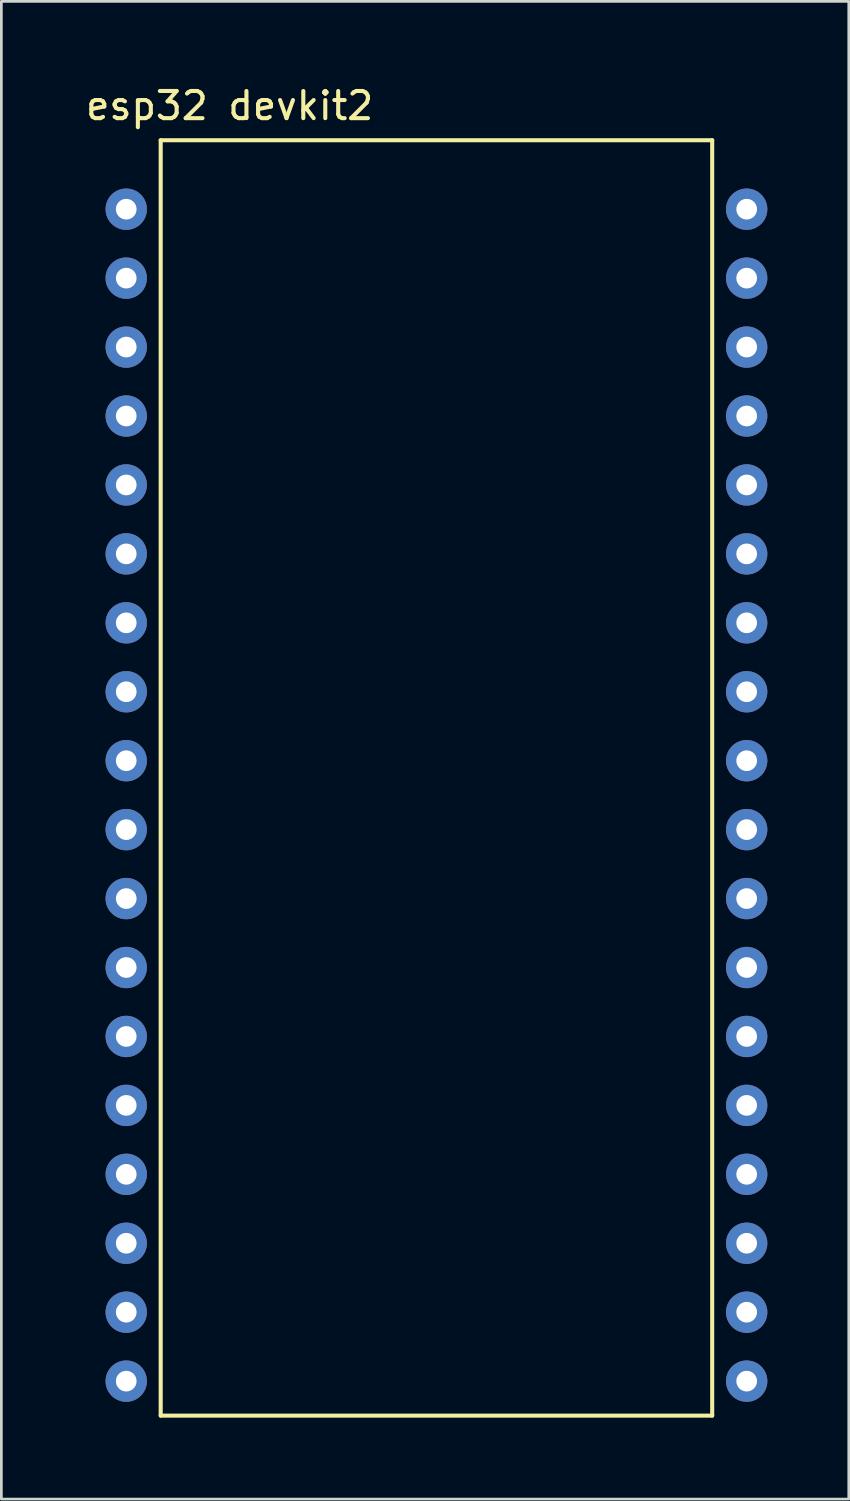
<source format=kicad_pcb>
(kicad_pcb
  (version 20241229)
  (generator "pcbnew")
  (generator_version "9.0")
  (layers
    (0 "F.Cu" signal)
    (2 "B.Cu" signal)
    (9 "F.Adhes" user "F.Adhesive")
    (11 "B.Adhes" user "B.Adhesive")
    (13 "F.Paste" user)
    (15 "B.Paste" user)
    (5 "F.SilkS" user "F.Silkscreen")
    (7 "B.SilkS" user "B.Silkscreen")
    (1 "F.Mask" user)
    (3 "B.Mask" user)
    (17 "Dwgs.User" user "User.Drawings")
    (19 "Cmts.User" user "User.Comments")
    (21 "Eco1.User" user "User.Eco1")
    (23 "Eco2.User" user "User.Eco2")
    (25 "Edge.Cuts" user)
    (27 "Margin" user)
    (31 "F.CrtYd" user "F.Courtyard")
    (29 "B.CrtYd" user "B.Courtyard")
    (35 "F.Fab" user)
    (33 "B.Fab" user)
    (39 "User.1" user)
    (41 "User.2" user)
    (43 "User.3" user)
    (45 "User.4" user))
  (footprint "esp32 devkit2"
    (layer "F.Cu")
    (at 16.841 2.118)
    (property "Reference" "esp32 devkit2" (at -11.43 -1.27 0) (layer "F.SilkS") (effects (font (size 1 1) (thickness 0.15))))
    (attr through_hole)
    (fp_line (start -13.97 0) (end -13.97 46.99) (stroke (width 0.15) (type solid)) (layer "F.SilkS"))
    (fp_line (start -13.97 46.99) (end 6.35 46.99) (stroke (width 0.15) (type solid)) (layer "F.SilkS"))
    (fp_line (start 6.35 0) (end -13.97 0) (stroke (width 0.15) (type solid)) (layer "F.SilkS"))
    (fp_line (start 6.35 46.99) (end 6.35 0) (stroke (width 0.15) (type solid)) (layer "F.SilkS"))
    (pad "1" thru_hole circle (at -15.24 2.54) (size 1.524 1.524) (drill 0.762) (layers "*.Cu" "*.Mask"))
    (pad "2" thru_hole circle (at -15.24 5.08) (size 1.524 1.524) (drill 0.762) (layers "*.Cu" "*.Mask"))
    (pad "3" thru_hole circle (at -15.24 7.62) (size 1.524 1.524) (drill 0.762) (layers "*.Cu" "*.Mask"))
    (pad "4" thru_hole circle (at -15.24 10.16) (size 1.524 1.524) (drill 0.762) (layers "*.Cu" "*.Mask"))
    (pad "5" thru_hole circle (at -15.24 12.7) (size 1.524 1.524) (drill 0.762) (layers "*.Cu" "*.Mask"))
    (pad "6" thru_hole circle (at -15.24 15.24) (size 1.524 1.524) (drill 0.762) (layers "*.Cu" "*.Mask"))
    (pad "7" thru_hole circle (at -15.24 17.78) (size 1.524 1.524) (drill 0.762) (layers "*.Cu" "*.Mask"))
    (pad "8" thru_hole circle (at -15.24 20.32) (size 1.524 1.524) (drill 0.762) (layers "*.Cu" "*.Mask"))
    (pad "9" thru_hole circle (at -15.24 22.86) (size 1.524 1.524) (drill 0.762) (layers "*.Cu" "*.Mask"))
    (pad "10" thru_hole circle (at -15.24 25.4) (size 1.524 1.524) (drill 0.762) (layers "*.Cu" "*.Mask"))
    (pad "11" thru_hole circle (at -15.24 27.94) (size 1.524 1.524) (drill 0.762) (layers "*.Cu" "*.Mask"))
    (pad "12" thru_hole circle (at -15.24 30.48) (size 1.524 1.524) (drill 0.762) (layers "*.Cu" "*.Mask"))
    (pad "13" thru_hole circle (at -15.24 33.02) (size 1.524 1.524) (drill 0.762) (layers "*.Cu" "*.Mask"))
    (pad "14" thru_hole circle (at -15.24 35.56) (size 1.524 1.524) (drill 0.762) (layers "*.Cu" "*.Mask"))
    (pad "15" thru_hole circle (at -15.24 38.1) (size 1.524 1.524) (drill 0.762) (layers "*.Cu" "*.Mask"))
    (pad "16" thru_hole circle (at -15.24 40.64) (size 1.524 1.524) (drill 0.762) (layers "*.Cu" "*.Mask"))
    (pad "17" thru_hole circle (at -15.24 43.18) (size 1.524 1.524) (drill 0.762) (layers "*.Cu" "*.Mask"))
    (pad "18" thru_hole circle (at -15.24 45.72) (size 1.524 1.524) (drill 0.762) (layers "*.Cu" "*.Mask"))
    (pad "20" thru_hole circle (at 7.62 45.72) (size 1.524 1.524) (drill 0.762) (layers "*.Cu" "*.Mask"))
    (pad "21" thru_hole circle (at 7.62 43.18) (size 1.524 1.524) (drill 0.762) (layers "*.Cu" "*.Mask"))
    (pad "22" thru_hole circle (at 7.62 40.64) (size 1.524 1.524) (drill 0.762) (layers "*.Cu" "*.Mask"))
    (pad "23" thru_hole circle (at 7.62 38.1) (size 1.524 1.524) (drill 0.762) (layers "*.Cu" "*.Mask"))
    (pad "24" thru_hole circle (at 7.62 35.56) (size 1.524 1.524) (drill 0.762) (layers "*.Cu" "*.Mask"))
    (pad "25" thru_hole circle (at 7.62 33.02) (size 1.524 1.524) (drill 0.762) (layers "*.Cu" "*.Mask"))
    (pad "26" thru_hole circle (at 7.62 30.48) (size 1.524 1.524) (drill 0.762) (layers "*.Cu" "*.Mask"))
    (pad "27" thru_hole circle (at 7.62 27.94) (size 1.524 1.524) (drill 0.762) (layers "*.Cu" "*.Mask"))
    (pad "28" thru_hole circle (at 7.62 25.4) (size 1.524 1.524) (drill 0.762) (layers "*.Cu" "*.Mask"))
    (pad "29" thru_hole circle (at 7.62 22.86) (size 1.524 1.524) (drill 0.762) (layers "*.Cu" "*.Mask"))
    (pad "30" thru_hole circle (at 7.62 20.32) (size 1.524 1.524) (drill 0.762) (layers "*.Cu" "*.Mask"))
    (pad "31" thru_hole circle (at 7.62 17.78) (size 1.524 1.524) (drill 0.762) (layers "*.Cu" "*.Mask"))
    (pad "32" thru_hole circle (at 7.62 15.24) (size 1.524 1.524) (drill 0.762) (layers "*.Cu" "*.Mask"))
    (pad "33" thru_hole circle (at 7.62 12.7) (size 1.524 1.524) (drill 0.762) (layers "*.Cu" "*.Mask"))
    (pad "34" thru_hole circle (at 7.62 10.16) (size 1.524 1.524) (drill 0.762) (layers "*.Cu" "*.Mask"))
    (pad "35" thru_hole circle (at 7.62 7.62) (size 1.524 1.524) (drill 0.762) (layers "*.Cu" "*.Mask"))
    (pad "36" thru_hole circle (at 7.62 5.08) (size 1.524 1.524) (drill 0.762) (layers "*.Cu" "*.Mask"))
    (pad "37" thru_hole circle (at 7.62 2.54) (size 1.524 1.524) (drill 0.762) (layers "*.Cu" "*.Mask")))
  (gr_rect
    (start -3 -3)
    (end 28.223 52.183)
    (stroke (width 0.1) (type default))
    (fill no)
    (layer "Edge.Cuts")))
</source>
